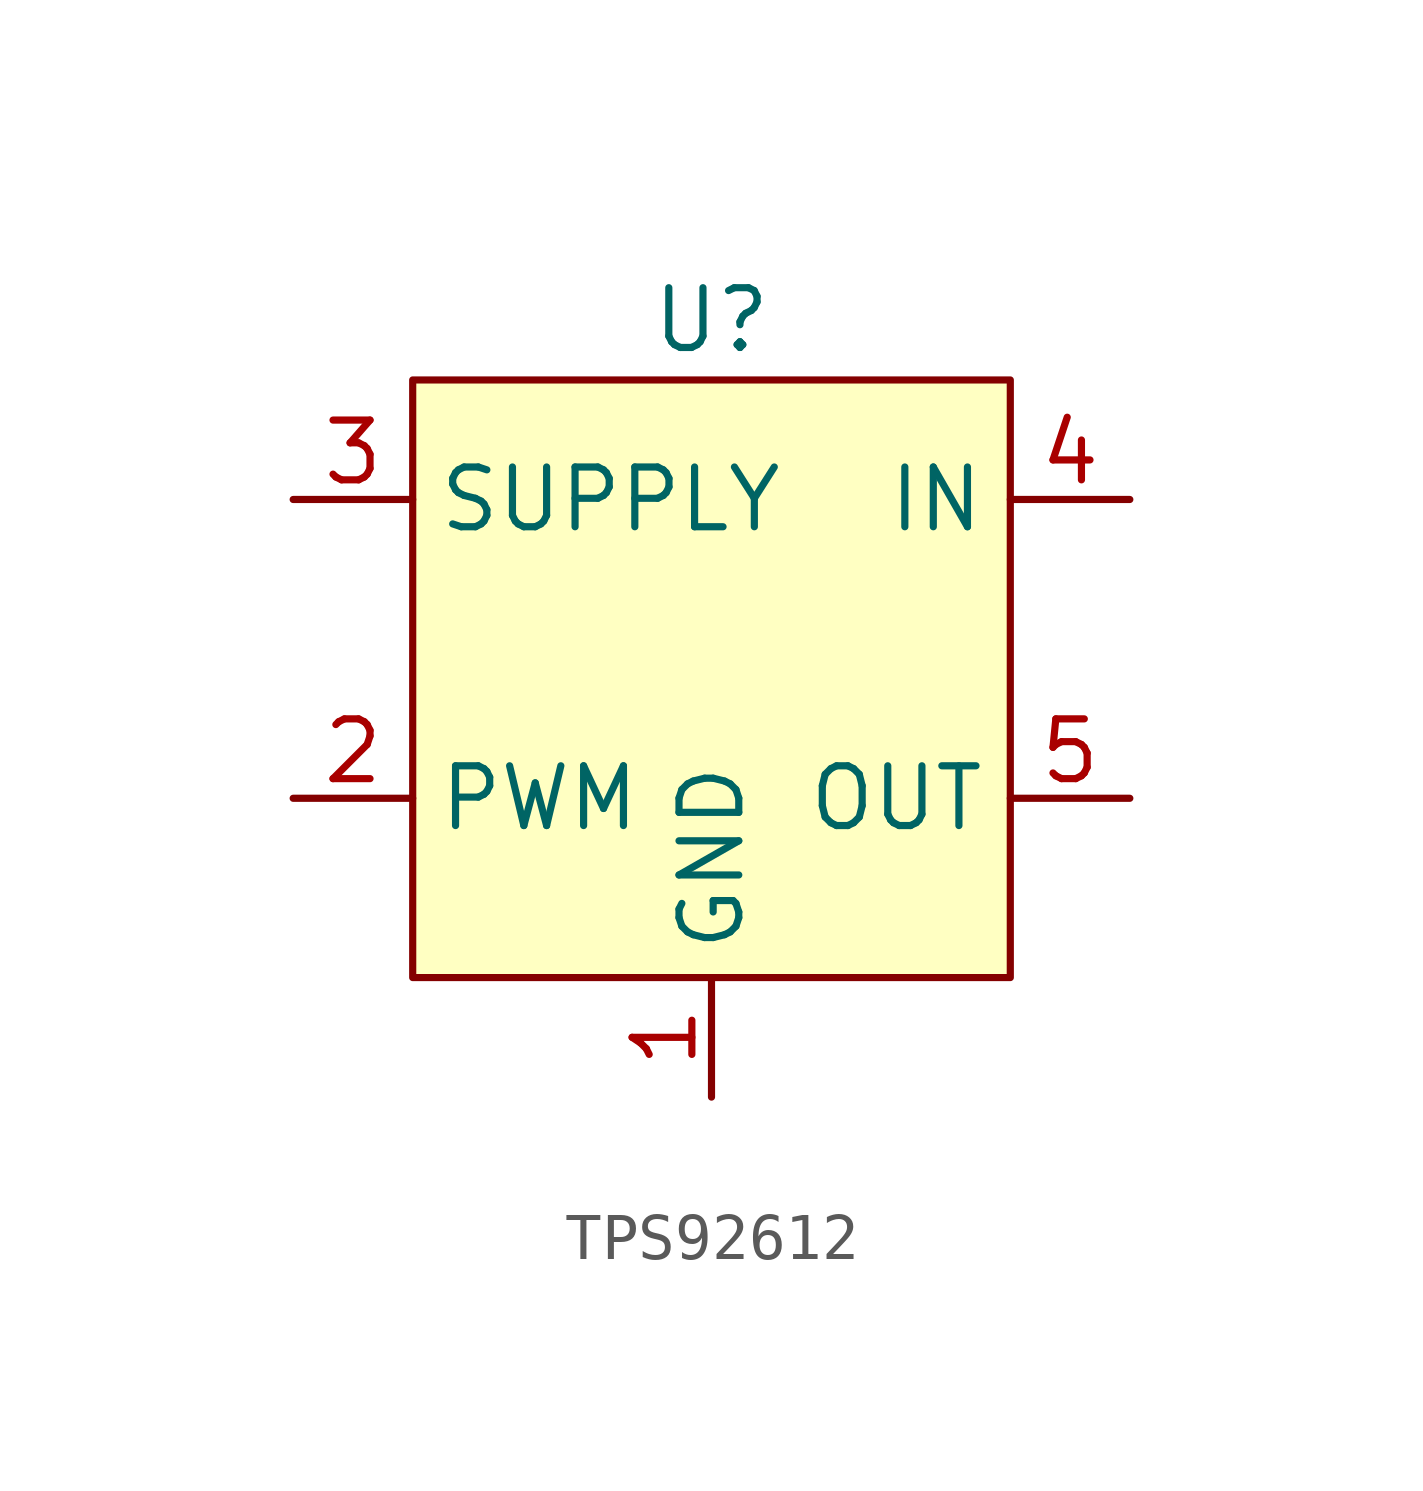
<source format=kicad_sym>
(kicad_symbol_lib
  (version 20231120)
  (generator "kicad_symbol_editor")
  (generator_version "8.0")
  (symbol "TPS92612"
    (property "Reference" "U"
      (at 0 7.62 0)
      (effects (font (size 1.27 1.27))))
    (property "Value" ""
      (at 0 1.27 0)
      (effects (font (size 1.27 1.27))))
    (symbol "TPS92612_1_1"
      (rectangle (start -6.35 6.35) (end 6.35 -6.35) (stroke (width 0) (type default)) (fill (type background)))
      (pin power_in line (at 0 -8.89 90) (length 2.54) (name "GND" (effects (font (size 1.27 1.27)))) (number "1" (effects (font (size 1.27 1.27)))))
      (pin input line (at -8.89 -2.54 0) (length 2.54) (name "PWM" (effects (font (size 1.27 1.27)))) (number "2" (effects (font (size 1.27 1.27)))))
      (pin input line (at -8.89 3.81 0) (length 2.54) (name "SUPPLY" (effects (font (size 1.27 1.27)))) (number "3" (effects (font (size 1.27 1.27)))))
      (pin input line (at 8.89 3.81 180) (length 2.54) (name "IN" (effects (font (size 1.27 1.27)))) (number "4" (effects (font (size 1.27 1.27)))))
      (pin output line (at 8.89 -2.54 180) (length 2.54) (name "OUT" (effects (font (size 1.27 1.27)))) (number "5" (effects (font (size 1.27 1.27))))))))
</source>
